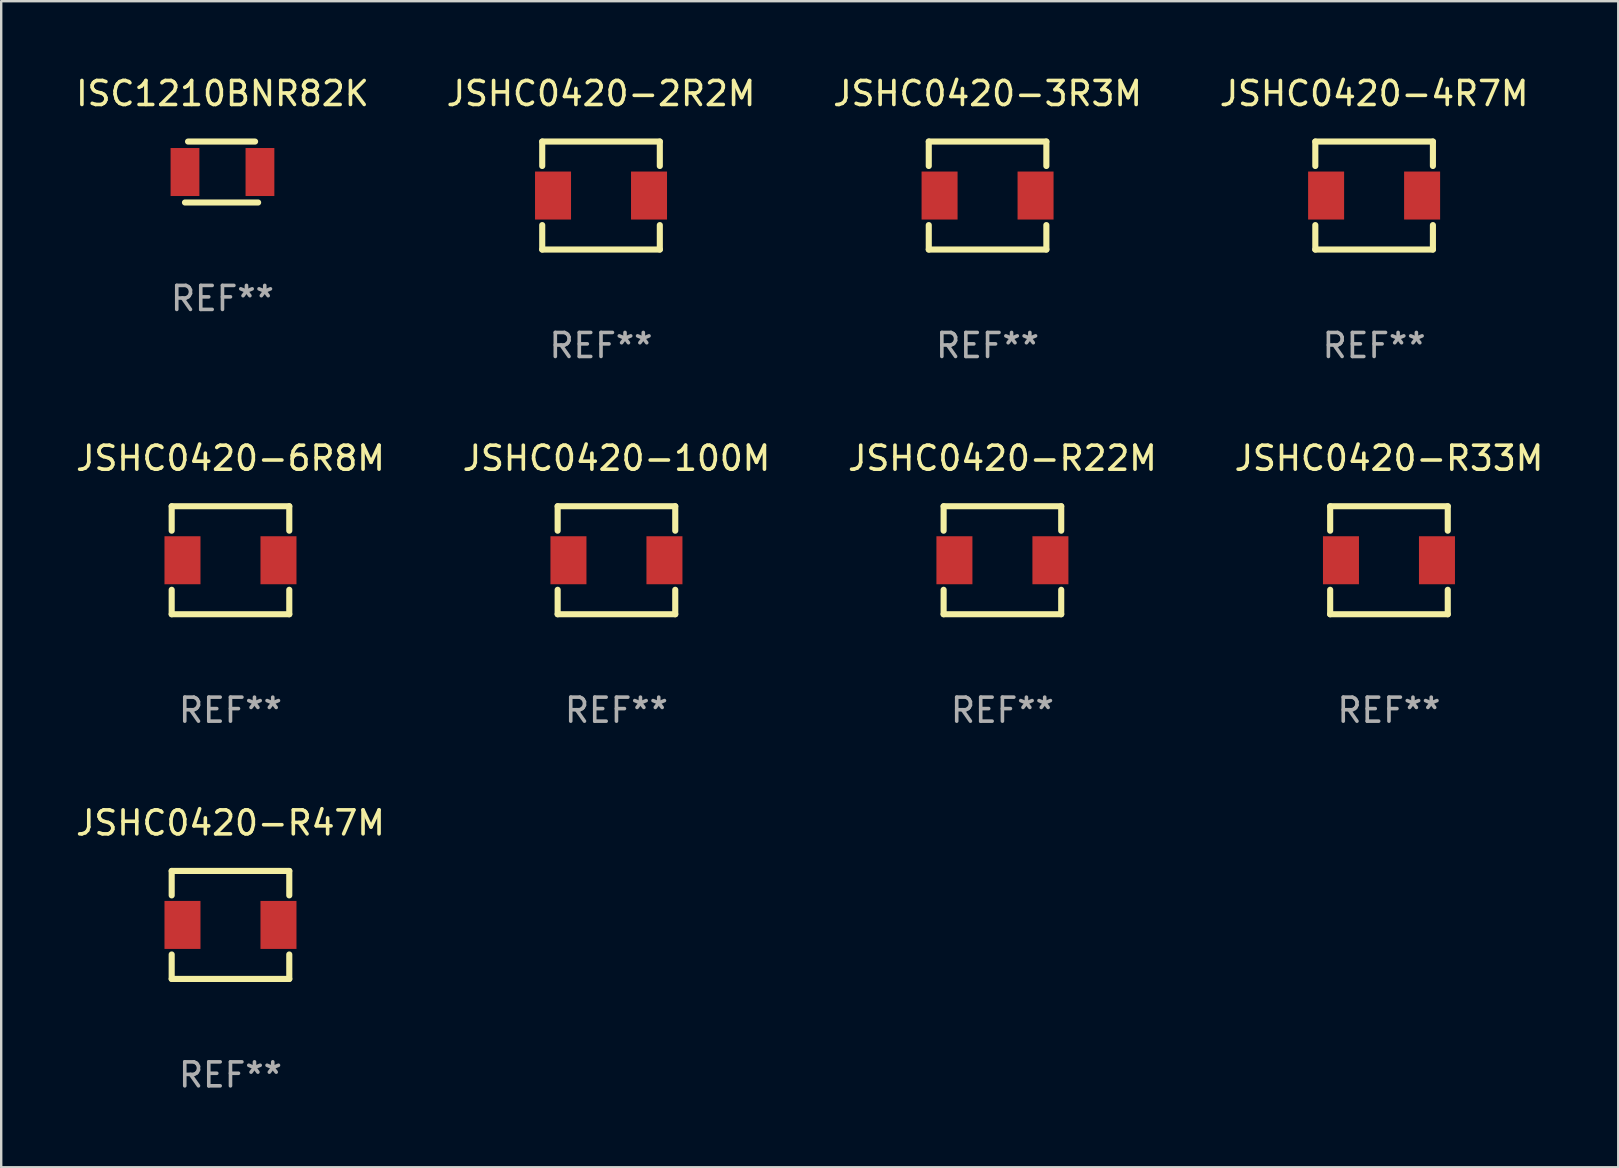
<source format=kicad_pcb>
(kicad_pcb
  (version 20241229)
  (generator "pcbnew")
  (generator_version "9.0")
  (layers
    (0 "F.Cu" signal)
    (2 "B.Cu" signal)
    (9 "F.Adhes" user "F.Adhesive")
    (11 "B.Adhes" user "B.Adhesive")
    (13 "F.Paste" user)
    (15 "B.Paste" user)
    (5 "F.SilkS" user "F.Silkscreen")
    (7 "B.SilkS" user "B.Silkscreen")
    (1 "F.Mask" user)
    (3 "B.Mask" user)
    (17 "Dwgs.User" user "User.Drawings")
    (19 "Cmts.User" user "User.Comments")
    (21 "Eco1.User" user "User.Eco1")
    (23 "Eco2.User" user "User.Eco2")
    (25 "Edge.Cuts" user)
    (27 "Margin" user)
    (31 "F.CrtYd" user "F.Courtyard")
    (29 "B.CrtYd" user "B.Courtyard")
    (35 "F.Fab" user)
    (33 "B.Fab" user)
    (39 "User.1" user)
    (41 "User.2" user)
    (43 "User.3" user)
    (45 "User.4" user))
  (footprint "JSHC0420-4R7M"
    (layer "F.Cu")
    (at 54.208 5.098)
    (property "Reference" "JSHC0420-4R7M" (at 0 -4.25 0) (layer "F.SilkS") (effects (font (size 1 1) (thickness 0.15))))
    (attr through_hole)
    (fp_line (start -2.45 -2.25) (end -2.45 -1.231) (stroke (width 0.254) (type solid)) (layer "F.SilkS"))
    (fp_line (start -2.45 -2.25) (end 2.45 -2.25) (stroke (width 0.254) (type solid)) (layer "F.SilkS"))
    (fp_line (start -2.45 1.231) (end -2.45 2.25) (stroke (width 0.254) (type solid)) (layer "F.SilkS"))
    (fp_line (start -2.45 2.25) (end 2.45 2.25) (stroke (width 0.254) (type solid)) (layer "F.SilkS"))
    (fp_line (start 2.45 -2.25) (end 2.45 -1.231) (stroke (width 0.254) (type solid)) (layer "F.SilkS"))
    (fp_line (start 2.45 1.231) (end 2.45 2.25) (stroke (width 0.254) (type solid)) (layer "F.SilkS"))
    (fp_circle (center -2.45 2.25) (end -2.42 2.25) (stroke (width 0.06) (type solid)) (fill no) (layer "F.SilkS"))
    (fp_text user "REF**" (at 0 6.25 0) (layer "F.Fab") (effects (font (size 1 1) (thickness 0.15))))
    (pad "1" smd rect (at -2 0 90) (size 2 1.5) (layers "F.Cu" "F.Mask" "F.Paste"))
    (pad "2" smd rect (at 2 0 90) (size 2 1.5) (layers "F.Cu" "F.Mask" "F.Paste")))
  (footprint "JSHC0420-R33M"
    (layer "F.Cu")
    (at 54.827 20.295)
    (property "Reference" "JSHC0420-R33M" (at 0 -4.25 0) (layer "F.SilkS") (effects (font (size 1 1) (thickness 0.15))))
    (attr through_hole)
    (fp_line (start -2.45 -2.25) (end -2.45 -1.231) (stroke (width 0.254) (type solid)) (layer "F.SilkS"))
    (fp_line (start -2.45 -2.25) (end 2.45 -2.25) (stroke (width 0.254) (type solid)) (layer "F.SilkS"))
    (fp_line (start -2.45 1.231) (end -2.45 2.25) (stroke (width 0.254) (type solid)) (layer "F.SilkS"))
    (fp_line (start -2.45 2.25) (end 2.45 2.25) (stroke (width 0.254) (type solid)) (layer "F.SilkS"))
    (fp_line (start 2.45 -2.25) (end 2.45 -1.231) (stroke (width 0.254) (type solid)) (layer "F.SilkS"))
    (fp_line (start 2.45 1.231) (end 2.45 2.25) (stroke (width 0.254) (type solid)) (layer "F.SilkS"))
    (fp_circle (center -2.45 2.25) (end -2.42 2.25) (stroke (width 0.06) (type solid)) (fill no) (layer "F.SilkS"))
    (fp_text user "REF**" (at 0 6.25 0) (layer "F.Fab") (effects (font (size 1 1) (thickness 0.15))))
    (pad "1" smd rect (at -2 0 90) (size 2 1.5) (layers "F.Cu" "F.Mask" "F.Paste"))
    (pad "2" smd rect (at 2 0 90) (size 2 1.5) (layers "F.Cu" "F.Mask" "F.Paste")))
  (footprint "JSHC0420-R22M"
    (layer "F.Cu")
    (at 38.72 20.295)
    (property "Reference" "JSHC0420-R22M" (at 0 -4.25 0) (layer "F.SilkS") (effects (font (size 1 1) (thickness 0.15))))
    (attr through_hole)
    (fp_line (start -2.45 -2.25) (end -2.45 -1.231) (stroke (width 0.254) (type solid)) (layer "F.SilkS"))
    (fp_line (start -2.45 -2.25) (end 2.45 -2.25) (stroke (width 0.254) (type solid)) (layer "F.SilkS"))
    (fp_line (start -2.45 1.231) (end -2.45 2.25) (stroke (width 0.254) (type solid)) (layer "F.SilkS"))
    (fp_line (start -2.45 2.25) (end 2.45 2.25) (stroke (width 0.254) (type solid)) (layer "F.SilkS"))
    (fp_line (start 2.45 -2.25) (end 2.45 -1.231) (stroke (width 0.254) (type solid)) (layer "F.SilkS"))
    (fp_line (start 2.45 1.231) (end 2.45 2.25) (stroke (width 0.254) (type solid)) (layer "F.SilkS"))
    (fp_circle (center -2.45 2.25) (end -2.42 2.25) (stroke (width 0.06) (type solid)) (fill no) (layer "F.SilkS"))
    (fp_text user "REF**" (at 0 6.25 0) (layer "F.Fab") (effects (font (size 1 1) (thickness 0.15))))
    (pad "1" smd rect (at -2 0 90) (size 2 1.5) (layers "F.Cu" "F.Mask" "F.Paste"))
    (pad "2" smd rect (at 2 0 90) (size 2 1.5) (layers "F.Cu" "F.Mask" "F.Paste")))
  (footprint "ISC1210BNR82K"
    (layer "F.Cu")
    (at 6.22 4.118)
    (property "Reference" "ISC1210BNR82K" (at 0 -3.27 0) (layer "F.SilkS") (effects (font (size 1 1) (thickness 0.15))))
    (attr through_hole)
    (fp_line (start -1.562 1.27) (end 1.486 1.27) (stroke (width 0.254) (type solid)) (layer "F.SilkS"))
    (fp_line (start -1.435 -1.27) (end 1.359 -1.27) (stroke (width 0.254) (type solid)) (layer "F.SilkS"))
    (fp_circle (center -1.6 1.25) (end -1.57 1.25) (stroke (width 0.06) (type solid)) (fill no) (layer "F.SilkS"))
    (fp_text user "REF**" (at 0 5.27 0) (layer "F.Fab") (effects (font (size 1 1) (thickness 0.15))))
    (pad "1" smd rect (at -1.562 0 180) (size 1.2 2) (layers "F.Cu" "F.Mask" "F.Paste"))
    (pad "2" smd rect (at 1.562 0 180) (size 1.2 2) (layers "F.Cu" "F.Mask" "F.Paste")))
  (footprint "JSHC0420-R47M"
    (layer "F.Cu")
    (at 6.554 35.491)
    (property "Reference" "JSHC0420-R47M" (at 0 -4.25 0) (layer "F.SilkS") (effects (font (size 1 1) (thickness 0.15))))
    (attr through_hole)
    (fp_line (start -2.45 -2.25) (end -2.45 -1.231) (stroke (width 0.254) (type solid)) (layer "F.SilkS"))
    (fp_line (start -2.45 -2.25) (end 2.45 -2.25) (stroke (width 0.254) (type solid)) (layer "F.SilkS"))
    (fp_line (start -2.45 1.231) (end -2.45 2.25) (stroke (width 0.254) (type solid)) (layer "F.SilkS"))
    (fp_line (start -2.45 2.25) (end 2.45 2.25) (stroke (width 0.254) (type solid)) (layer "F.SilkS"))
    (fp_line (start 2.45 -2.25) (end 2.45 -1.231) (stroke (width 0.254) (type solid)) (layer "F.SilkS"))
    (fp_line (start 2.45 1.231) (end 2.45 2.25) (stroke (width 0.254) (type solid)) (layer "F.SilkS"))
    (fp_circle (center -2.45 2.25) (end -2.42 2.25) (stroke (width 0.06) (type solid)) (fill no) (layer "F.SilkS"))
    (fp_text user "REF**" (at 0 6.25 0) (layer "F.Fab") (effects (font (size 1 1) (thickness 0.15))))
    (pad "1" smd rect (at -2 0 90) (size 2 1.5) (layers "F.Cu" "F.Mask" "F.Paste"))
    (pad "2" smd rect (at 2 0 90) (size 2 1.5) (layers "F.Cu" "F.Mask" "F.Paste")))
  (footprint "JSHC0420-2R2M"
    (layer "F.Cu")
    (at 21.994 5.098)
    (property "Reference" "JSHC0420-2R2M" (at 0 -4.25 0) (layer "F.SilkS") (effects (font (size 1 1) (thickness 0.15))))
    (attr through_hole)
    (fp_line (start -2.45 -2.25) (end -2.45 -1.231) (stroke (width 0.254) (type solid)) (layer "F.SilkS"))
    (fp_line (start -2.45 -2.25) (end 2.45 -2.25) (stroke (width 0.254) (type solid)) (layer "F.SilkS"))
    (fp_line (start -2.45 1.231) (end -2.45 2.25) (stroke (width 0.254) (type solid)) (layer "F.SilkS"))
    (fp_line (start -2.45 2.25) (end 2.45 2.25) (stroke (width 0.254) (type solid)) (layer "F.SilkS"))
    (fp_line (start 2.45 -2.25) (end 2.45 -1.231) (stroke (width 0.254) (type solid)) (layer "F.SilkS"))
    (fp_line (start 2.45 1.231) (end 2.45 2.25) (stroke (width 0.254) (type solid)) (layer "F.SilkS"))
    (fp_circle (center -2.45 2.25) (end -2.42 2.25) (stroke (width 0.06) (type solid)) (fill no) (layer "F.SilkS"))
    (fp_text user "REF**" (at 0 6.25 0) (layer "F.Fab") (effects (font (size 1 1) (thickness 0.15))))
    (pad "1" smd rect (at -2 0 90) (size 2 1.5) (layers "F.Cu" "F.Mask" "F.Paste"))
    (pad "2" smd rect (at 2 0 90) (size 2 1.5) (layers "F.Cu" "F.Mask" "F.Paste")))
  (footprint "JSHC0420-100M"
    (layer "F.Cu")
    (at 22.637 20.295)
    (property "Reference" "JSHC0420-100M" (at 0 -4.25 0) (layer "F.SilkS") (effects (font (size 1 1) (thickness 0.15))))
    (attr through_hole)
    (fp_line (start -2.45 -2.25) (end -2.45 -1.231) (stroke (width 0.254) (type solid)) (layer "F.SilkS"))
    (fp_line (start -2.45 -2.25) (end 2.45 -2.25) (stroke (width 0.254) (type solid)) (layer "F.SilkS"))
    (fp_line (start -2.45 1.231) (end -2.45 2.25) (stroke (width 0.254) (type solid)) (layer "F.SilkS"))
    (fp_line (start -2.45 2.25) (end 2.45 2.25) (stroke (width 0.254) (type solid)) (layer "F.SilkS"))
    (fp_line (start 2.45 -2.25) (end 2.45 -1.231) (stroke (width 0.254) (type solid)) (layer "F.SilkS"))
    (fp_line (start 2.45 1.231) (end 2.45 2.25) (stroke (width 0.254) (type solid)) (layer "F.SilkS"))
    (fp_circle (center -2.45 2.25) (end -2.42 2.25) (stroke (width 0.06) (type solid)) (fill no) (layer "F.SilkS"))
    (fp_text user "REF**" (at 0 6.25 0) (layer "F.Fab") (effects (font (size 1 1) (thickness 0.15))))
    (pad "1" smd rect (at -2 0 90) (size 2 1.5) (layers "F.Cu" "F.Mask" "F.Paste"))
    (pad "2" smd rect (at 2 0 90) (size 2 1.5) (layers "F.Cu" "F.Mask" "F.Paste")))
  (footprint "JSHC0420-6R8M"
    (layer "F.Cu")
    (at 6.554 20.295)
    (property "Reference" "JSHC0420-6R8M" (at 0 -4.25 0) (layer "F.SilkS") (effects (font (size 1 1) (thickness 0.15))))
    (attr through_hole)
    (fp_line (start -2.45 -2.25) (end -2.45 -1.231) (stroke (width 0.254) (type solid)) (layer "F.SilkS"))
    (fp_line (start -2.45 -2.25) (end 2.45 -2.25) (stroke (width 0.254) (type solid)) (layer "F.SilkS"))
    (fp_line (start -2.45 1.231) (end -2.45 2.25) (stroke (width 0.254) (type solid)) (layer "F.SilkS"))
    (fp_line (start -2.45 2.25) (end 2.45 2.25) (stroke (width 0.254) (type solid)) (layer "F.SilkS"))
    (fp_line (start 2.45 -2.25) (end 2.45 -1.231) (stroke (width 0.254) (type solid)) (layer "F.SilkS"))
    (fp_line (start 2.45 1.231) (end 2.45 2.25) (stroke (width 0.254) (type solid)) (layer "F.SilkS"))
    (fp_circle (center -2.45 2.25) (end -2.42 2.25) (stroke (width 0.06) (type solid)) (fill no) (layer "F.SilkS"))
    (fp_text user "REF**" (at 0 6.25 0) (layer "F.Fab") (effects (font (size 1 1) (thickness 0.15))))
    (pad "1" smd rect (at -2 0 90) (size 2 1.5) (layers "F.Cu" "F.Mask" "F.Paste"))
    (pad "2" smd rect (at 2 0 90) (size 2 1.5) (layers "F.Cu" "F.Mask" "F.Paste")))
  (footprint "JSHC0420-3R3M"
    (layer "F.Cu")
    (at 38.101 5.098)
    (property "Reference" "JSHC0420-3R3M" (at 0 -4.25 0) (layer "F.SilkS") (effects (font (size 1 1) (thickness 0.15))))
    (attr through_hole)
    (fp_line (start -2.45 -2.25) (end -2.45 -1.231) (stroke (width 0.254) (type solid)) (layer "F.SilkS"))
    (fp_line (start -2.45 -2.25) (end 2.45 -2.25) (stroke (width 0.254) (type solid)) (layer "F.SilkS"))
    (fp_line (start -2.45 1.231) (end -2.45 2.25) (stroke (width 0.254) (type solid)) (layer "F.SilkS"))
    (fp_line (start -2.45 2.25) (end 2.45 2.25) (stroke (width 0.254) (type solid)) (layer "F.SilkS"))
    (fp_line (start 2.45 -2.25) (end 2.45 -1.231) (stroke (width 0.254) (type solid)) (layer "F.SilkS"))
    (fp_line (start 2.45 1.231) (end 2.45 2.25) (stroke (width 0.254) (type solid)) (layer "F.SilkS"))
    (fp_circle (center -2.45 2.25) (end -2.42 2.25) (stroke (width 0.06) (type solid)) (fill no) (layer "F.SilkS"))
    (fp_text user "REF**" (at 0 6.25 0) (layer "F.Fab") (effects (font (size 1 1) (thickness 0.15))))
    (pad "1" smd rect (at -2 0 90) (size 2 1.5) (layers "F.Cu" "F.Mask" "F.Paste"))
    (pad "2" smd rect (at 2 0 90) (size 2 1.5) (layers "F.Cu" "F.Mask" "F.Paste")))
  (gr_rect
    (start -3 -3)
    (end 64.381 45.59)
    (stroke (width 0.1) (type default))
    (fill no)
    (layer "Edge.Cuts")))
</source>
